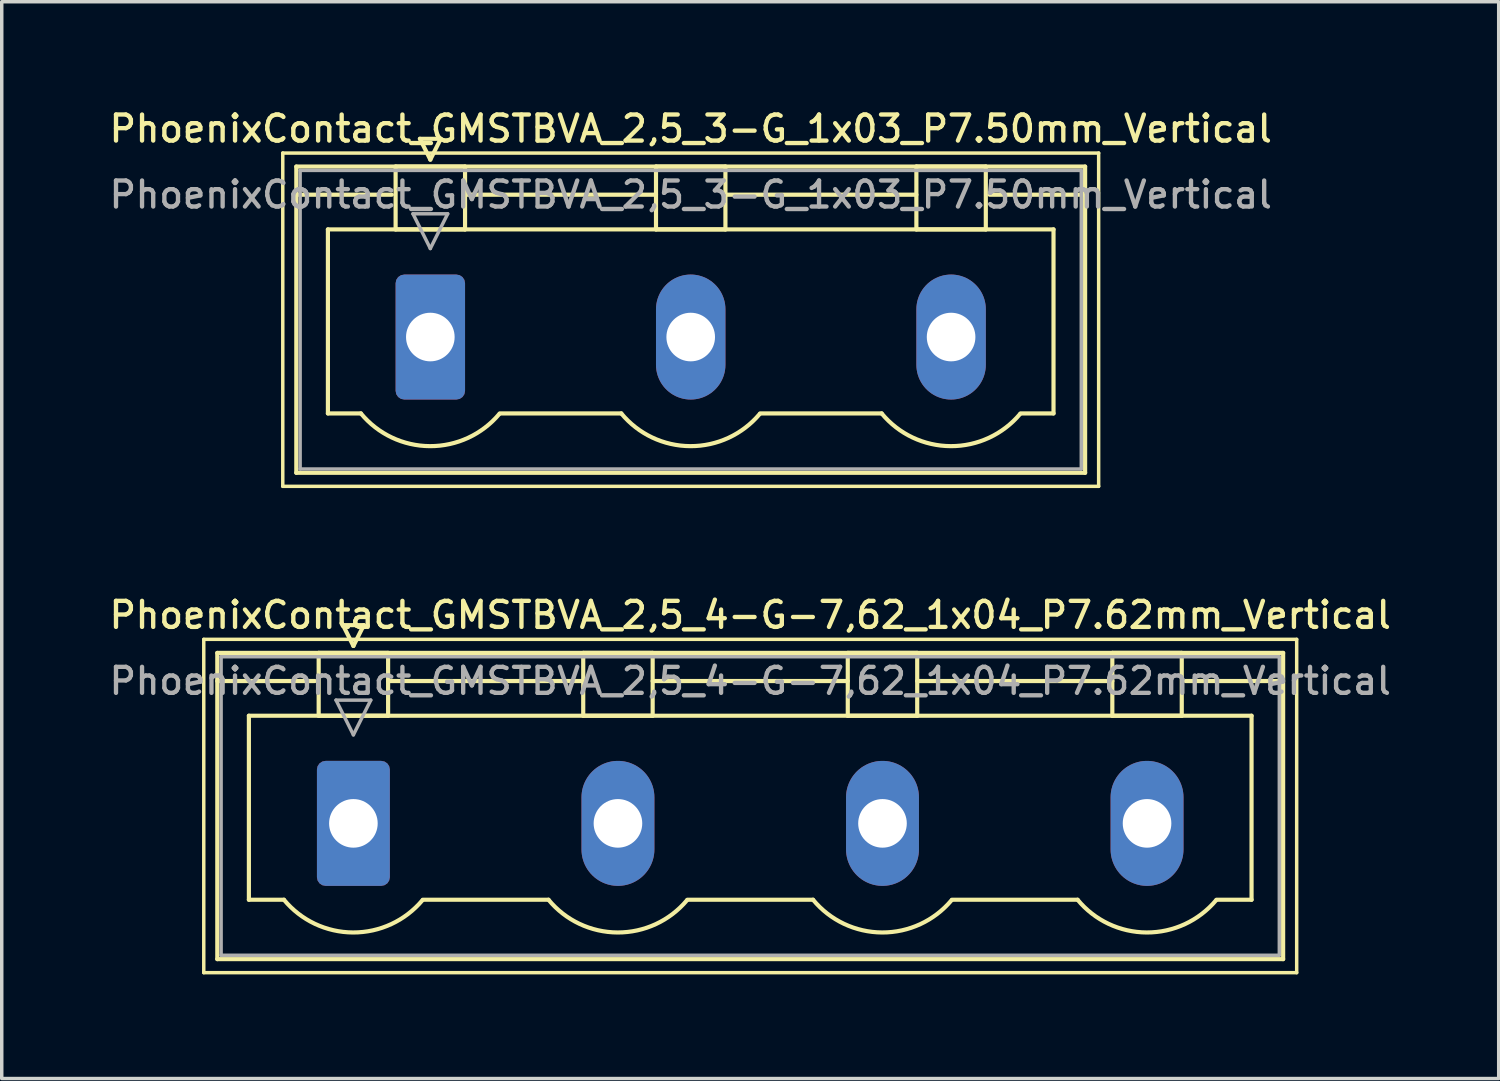
<source format=kicad_pcb>
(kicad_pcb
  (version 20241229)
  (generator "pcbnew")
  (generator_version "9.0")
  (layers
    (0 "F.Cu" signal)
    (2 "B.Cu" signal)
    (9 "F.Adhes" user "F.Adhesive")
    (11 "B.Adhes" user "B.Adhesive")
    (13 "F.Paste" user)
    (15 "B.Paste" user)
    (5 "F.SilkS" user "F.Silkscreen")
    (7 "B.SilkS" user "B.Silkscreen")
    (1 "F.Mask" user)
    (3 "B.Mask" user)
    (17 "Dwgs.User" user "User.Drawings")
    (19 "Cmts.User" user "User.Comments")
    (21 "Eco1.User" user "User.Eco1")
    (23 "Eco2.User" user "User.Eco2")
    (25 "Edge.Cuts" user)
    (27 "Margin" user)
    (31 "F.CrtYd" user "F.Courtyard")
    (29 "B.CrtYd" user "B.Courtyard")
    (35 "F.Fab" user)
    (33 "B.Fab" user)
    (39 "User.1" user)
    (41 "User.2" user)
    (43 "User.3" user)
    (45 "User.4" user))
  (footprint "PhoenixContact_GMSTBVA_2,5_4-G-7,62_1x04_P7.62mm_Vertical"
    (layer "F.Cu")
    (at 7.129 20.666)
    (property "Reference" "PhoenixContact_GMSTBVA_2,5_4-G-7,62_1x04_P7.62mm_Vertical" (at 11.43 -6 0) (layer "F.SilkS") (effects (font (size 0.75 0.75) (thickness 0.125))))
    (attr through_hole)
    (fp_line (start -4.31 -5.3) (end -4.31 4.3) (stroke (width 0.1) (type solid)) (layer "F.SilkS"))
    (fp_line (start -4.31 4.3) (end 27.17 4.3) (stroke (width 0.1) (type solid)) (layer "F.SilkS"))
    (fp_line (start -3.92 -4.91) (end -3.92 3.91) (stroke (width 0.12) (type solid)) (layer "F.SilkS"))
    (fp_line (start -3.92 -4.1) (end -1.11 -4.1) (stroke (width 0.12) (type solid)) (layer "F.SilkS"))
    (fp_line (start -3.92 3.91) (end 26.78 3.91) (stroke (width 0.12) (type solid)) (layer "F.SilkS"))
    (fp_line (start -3.01 -3.1) (end 25.87 -3.1) (stroke (width 0.12) (type solid)) (layer "F.SilkS"))
    (fp_line (start -3.01 2.2) (end -3.01 -3.1) (stroke (width 0.12) (type solid)) (layer "F.SilkS"))
    (fp_line (start -2 2.2) (end -3.01 2.2) (stroke (width 0.12) (type solid)) (layer "F.SilkS"))
    (fp_line (start -1 -4.91) (end 1 -4.91) (stroke (width 0.12) (type solid)) (layer "F.SilkS"))
    (fp_line (start -1 -3.1) (end -1 -4.91) (stroke (width 0.12) (type solid)) (layer "F.SilkS"))
    (fp_line (start -0.3 -5.71) (end 0.3 -5.71) (stroke (width 0.12) (type solid)) (layer "F.SilkS"))
    (fp_line (start 0 -5.11) (end -0.3 -5.71) (stroke (width 0.12) (type solid)) (layer "F.SilkS"))
    (fp_line (start 0.3 -5.71) (end 0 -5.11) (stroke (width 0.12) (type solid)) (layer "F.SilkS"))
    (fp_line (start 1 -4.91) (end 1 -3.1) (stroke (width 0.12) (type solid)) (layer "F.SilkS"))
    (fp_line (start 1 -4.1) (end 6.62 -4.1) (stroke (width 0.12) (type solid)) (layer "F.SilkS"))
    (fp_line (start 1 -3.1) (end -1 -3.1) (stroke (width 0.12) (type solid)) (layer "F.SilkS"))
    (fp_line (start 2 2.2) (end 5.62 2.2) (stroke (width 0.12) (type solid)) (layer "F.SilkS"))
    (fp_line (start 6.62 -4.91) (end 8.62 -4.91) (stroke (width 0.12) (type solid)) (layer "F.SilkS"))
    (fp_line (start 6.62 -3.1) (end 6.62 -4.91) (stroke (width 0.12) (type solid)) (layer "F.SilkS"))
    (fp_line (start 8.62 -4.91) (end 8.62 -3.1) (stroke (width 0.12) (type solid)) (layer "F.SilkS"))
    (fp_line (start 8.62 -4.1) (end 14.24 -4.1) (stroke (width 0.12) (type solid)) (layer "F.SilkS"))
    (fp_line (start 8.62 -3.1) (end 6.62 -3.1) (stroke (width 0.12) (type solid)) (layer "F.SilkS"))
    (fp_line (start 9.62 2.2) (end 13.24 2.2) (stroke (width 0.12) (type solid)) (layer "F.SilkS"))
    (fp_line (start 14.24 -4.91) (end 16.24 -4.91) (stroke (width 0.12) (type solid)) (layer "F.SilkS"))
    (fp_line (start 14.24 -3.1) (end 14.24 -4.91) (stroke (width 0.12) (type solid)) (layer "F.SilkS"))
    (fp_line (start 16.24 -4.91) (end 16.24 -3.1) (stroke (width 0.12) (type solid)) (layer "F.SilkS"))
    (fp_line (start 16.24 -4.1) (end 21.86 -4.1) (stroke (width 0.12) (type solid)) (layer "F.SilkS"))
    (fp_line (start 16.24 -3.1) (end 14.24 -3.1) (stroke (width 0.12) (type solid)) (layer "F.SilkS"))
    (fp_line (start 17.24 2.2) (end 20.86 2.2) (stroke (width 0.12) (type solid)) (layer "F.SilkS"))
    (fp_line (start 21.86 -4.91) (end 23.86 -4.91) (stroke (width 0.12) (type solid)) (layer "F.SilkS"))
    (fp_line (start 21.86 -3.1) (end 21.86 -4.91) (stroke (width 0.12) (type solid)) (layer "F.SilkS"))
    (fp_line (start 23.86 -4.91) (end 23.86 -3.1) (stroke (width 0.12) (type solid)) (layer "F.SilkS"))
    (fp_line (start 23.86 -3.1) (end 21.86 -3.1) (stroke (width 0.12) (type solid)) (layer "F.SilkS"))
    (fp_line (start 25.87 -3.1) (end 25.87 2.2) (stroke (width 0.12) (type solid)) (layer "F.SilkS"))
    (fp_line (start 25.87 2.2) (end 24.86 2.2) (stroke (width 0.12) (type solid)) (layer "F.SilkS"))
    (fp_line (start 26.78 -4.91) (end -3.92 -4.91) (stroke (width 0.12) (type solid)) (layer "F.SilkS"))
    (fp_line (start 26.78 -4.1) (end 23.97 -4.1) (stroke (width 0.12) (type solid)) (layer "F.SilkS"))
    (fp_line (start 26.78 3.91) (end 26.78 -4.91) (stroke (width 0.12) (type solid)) (layer "F.SilkS"))
    (fp_line (start 27.17 -5.3) (end -4.31 -5.3) (stroke (width 0.1) (type solid)) (layer "F.SilkS"))
    (fp_line (start 27.17 4.3) (end 27.17 -5.3) (stroke (width 0.1) (type solid)) (layer "F.SilkS"))
    (fp_arc (start 1.986842 2.215821) (mid -0.010289 3.142758) (end -2 2.2) (stroke (width 0.12) (type solid)) (layer "F.SilkS"))
    (fp_arc (start 9.606842 2.215821) (mid 7.609711 3.142758) (end 5.62 2.2) (stroke (width 0.12) (type solid)) (layer "F.SilkS"))
    (fp_arc (start 17.226842 2.215821) (mid 15.229711 3.142758) (end 13.24 2.2) (stroke (width 0.12) (type solid)) (layer "F.SilkS"))
    (fp_arc (start 24.846842 2.215821) (mid 22.849711 3.142758) (end 20.86 2.2) (stroke (width 0.12) (type solid)) (layer "F.SilkS"))
    (fp_line (start -3.81 -4.8) (end -3.81 3.8) (stroke (width 0.1) (type solid)) (layer "F.Fab"))
    (fp_line (start -3.81 3.8) (end 26.67 3.8) (stroke (width 0.1) (type solid)) (layer "F.Fab"))
    (fp_line (start -0.5 -3.55) (end 0.5 -3.55) (stroke (width 0.1) (type solid)) (layer "F.Fab"))
    (fp_line (start 0 -2.55) (end -0.5 -3.55) (stroke (width 0.1) (type solid)) (layer "F.Fab"))
    (fp_line (start 0.5 -3.55) (end 0 -2.55) (stroke (width 0.1) (type solid)) (layer "F.Fab"))
    (fp_line (start 26.67 -4.8) (end -3.81 -4.8) (stroke (width 0.1) (type solid)) (layer "F.Fab"))
    (fp_line (start 26.67 3.8) (end 26.67 -4.8) (stroke (width 0.1) (type solid)) (layer "F.Fab"))
    (fp_text user "${REFERENCE}" (at 11.43 -4.1 0) (layer "F.Fab") (effects (font (size 0.75 0.75) (thickness 0.125))))
    (pad "1" thru_hole roundrect (at 0 0) (size 2.1 3.6) (drill 1.4) (layers "*.Cu" "*.Mask") (roundrect_rratio 0.119))
    (pad "2" thru_hole oval (at 7.62 0) (size 2.1 3.6) (drill 1.4) (layers "*.Cu" "*.Mask"))
    (pad "3" thru_hole oval (at 15.24 0) (size 2.1 3.6) (drill 1.4) (layers "*.Cu" "*.Mask"))
    (pad "4" thru_hole oval (at 22.86 0) (size 2.1 3.6) (drill 1.4) (layers "*.Cu" "*.Mask")))
  (footprint "PhoenixContact_GMSTBVA_2,5_3-G_1x03_P7.50mm_Vertical"
    (layer "F.Cu")
    (at 9.345 6.658)
    (property "Reference" "PhoenixContact_GMSTBVA_2,5_3-G_1x03_P7.50mm_Vertical" (at 7.5 -6 0) (layer "F.SilkS") (effects (font (size 0.75 0.75) (thickness 0.125))))
    (attr through_hole)
    (fp_line (start -4.25 -5.3) (end -4.25 4.3) (stroke (width 0.1) (type solid)) (layer "F.SilkS"))
    (fp_line (start -4.25 4.3) (end 19.25 4.3) (stroke (width 0.1) (type solid)) (layer "F.SilkS"))
    (fp_line (start -3.86 -4.91) (end -3.86 3.91) (stroke (width 0.12) (type solid)) (layer "F.SilkS"))
    (fp_line (start -3.86 -4.1) (end -1.11 -4.1) (stroke (width 0.12) (type solid)) (layer "F.SilkS"))
    (fp_line (start -3.86 3.91) (end 18.86 3.91) (stroke (width 0.12) (type solid)) (layer "F.SilkS"))
    (fp_line (start -2.95 -3.1) (end 17.95 -3.1) (stroke (width 0.12) (type solid)) (layer "F.SilkS"))
    (fp_line (start -2.95 2.2) (end -2.95 -3.1) (stroke (width 0.12) (type solid)) (layer "F.SilkS"))
    (fp_line (start -2 2.2) (end -2.95 2.2) (stroke (width 0.12) (type solid)) (layer "F.SilkS"))
    (fp_line (start -1 -4.91) (end 1 -4.91) (stroke (width 0.12) (type solid)) (layer "F.SilkS"))
    (fp_line (start -1 -3.1) (end -1 -4.91) (stroke (width 0.12) (type solid)) (layer "F.SilkS"))
    (fp_line (start -0.3 -5.71) (end 0.3 -5.71) (stroke (width 0.12) (type solid)) (layer "F.SilkS"))
    (fp_line (start 0 -5.11) (end -0.3 -5.71) (stroke (width 0.12) (type solid)) (layer "F.SilkS"))
    (fp_line (start 0.3 -5.71) (end 0 -5.11) (stroke (width 0.12) (type solid)) (layer "F.SilkS"))
    (fp_line (start 1 -4.91) (end 1 -3.1) (stroke (width 0.12) (type solid)) (layer "F.SilkS"))
    (fp_line (start 1 -4.1) (end 6.5 -4.1) (stroke (width 0.12) (type solid)) (layer "F.SilkS"))
    (fp_line (start 1 -3.1) (end -1 -3.1) (stroke (width 0.12) (type solid)) (layer "F.SilkS"))
    (fp_line (start 2 2.2) (end 5.5 2.2) (stroke (width 0.12) (type solid)) (layer "F.SilkS"))
    (fp_line (start 6.5 -4.91) (end 8.5 -4.91) (stroke (width 0.12) (type solid)) (layer "F.SilkS"))
    (fp_line (start 6.5 -3.1) (end 6.5 -4.91) (stroke (width 0.12) (type solid)) (layer "F.SilkS"))
    (fp_line (start 8.5 -4.91) (end 8.5 -3.1) (stroke (width 0.12) (type solid)) (layer "F.SilkS"))
    (fp_line (start 8.5 -4.1) (end 14 -4.1) (stroke (width 0.12) (type solid)) (layer "F.SilkS"))
    (fp_line (start 8.5 -3.1) (end 6.5 -3.1) (stroke (width 0.12) (type solid)) (layer "F.SilkS"))
    (fp_line (start 9.5 2.2) (end 13 2.2) (stroke (width 0.12) (type solid)) (layer "F.SilkS"))
    (fp_line (start 14 -4.91) (end 16 -4.91) (stroke (width 0.12) (type solid)) (layer "F.SilkS"))
    (fp_line (start 14 -3.1) (end 14 -4.91) (stroke (width 0.12) (type solid)) (layer "F.SilkS"))
    (fp_line (start 16 -4.91) (end 16 -3.1) (stroke (width 0.12) (type solid)) (layer "F.SilkS"))
    (fp_line (start 16 -3.1) (end 14 -3.1) (stroke (width 0.12) (type solid)) (layer "F.SilkS"))
    (fp_line (start 17.95 -3.1) (end 17.95 2.2) (stroke (width 0.12) (type solid)) (layer "F.SilkS"))
    (fp_line (start 17.95 2.2) (end 17 2.2) (stroke (width 0.12) (type solid)) (layer "F.SilkS"))
    (fp_line (start 18.86 -4.91) (end -3.86 -4.91) (stroke (width 0.12) (type solid)) (layer "F.SilkS"))
    (fp_line (start 18.86 -4.1) (end 16.11 -4.1) (stroke (width 0.12) (type solid)) (layer "F.SilkS"))
    (fp_line (start 18.86 3.91) (end 18.86 -4.91) (stroke (width 0.12) (type solid)) (layer "F.SilkS"))
    (fp_line (start 19.25 -5.3) (end -4.25 -5.3) (stroke (width 0.1) (type solid)) (layer "F.SilkS"))
    (fp_line (start 19.25 4.3) (end 19.25 -5.3) (stroke (width 0.1) (type solid)) (layer "F.SilkS"))
    (fp_arc (start 1.986842 2.215821) (mid -0.010289 3.142758) (end -2 2.2) (stroke (width 0.12) (type solid)) (layer "F.SilkS"))
    (fp_arc (start 9.486842 2.215821) (mid 7.489711 3.142758) (end 5.5 2.2) (stroke (width 0.12) (type solid)) (layer "F.SilkS"))
    (fp_arc (start 16.986842 2.215821) (mid 14.989711 3.142758) (end 13 2.2) (stroke (width 0.12) (type solid)) (layer "F.SilkS"))
    (fp_line (start -3.75 -4.8) (end -3.75 3.8) (stroke (width 0.1) (type solid)) (layer "F.Fab"))
    (fp_line (start -3.75 3.8) (end 18.75 3.8) (stroke (width 0.1) (type solid)) (layer "F.Fab"))
    (fp_line (start -0.5 -3.55) (end 0.5 -3.55) (stroke (width 0.1) (type solid)) (layer "F.Fab"))
    (fp_line (start 0 -2.55) (end -0.5 -3.55) (stroke (width 0.1) (type solid)) (layer "F.Fab"))
    (fp_line (start 0.5 -3.55) (end 0 -2.55) (stroke (width 0.1) (type solid)) (layer "F.Fab"))
    (fp_line (start 18.75 -4.8) (end -3.75 -4.8) (stroke (width 0.1) (type solid)) (layer "F.Fab"))
    (fp_line (start 18.75 3.8) (end 18.75 -4.8) (stroke (width 0.1) (type solid)) (layer "F.Fab"))
    (fp_text user "${REFERENCE}" (at 7.5 -4.1 0) (layer "F.Fab") (effects (font (size 0.75 0.75) (thickness 0.125))))
    (pad "1" thru_hole roundrect (at 0 0) (size 2 3.6) (drill 1.4) (layers "*.Cu" "*.Mask") (roundrect_rratio 0.125))
    (pad "2" thru_hole oval (at 7.5 0) (size 2 3.6) (drill 1.4) (layers "*.Cu" "*.Mask"))
    (pad "3" thru_hole oval (at 15 0) (size 2 3.6) (drill 1.4) (layers "*.Cu" "*.Mask")))
  (gr_rect
    (start -3 -3)
    (end 40.118 28.016)
    (stroke (width 0.1) (type default))
    (fill no)
    (layer "Edge.Cuts")))
</source>
